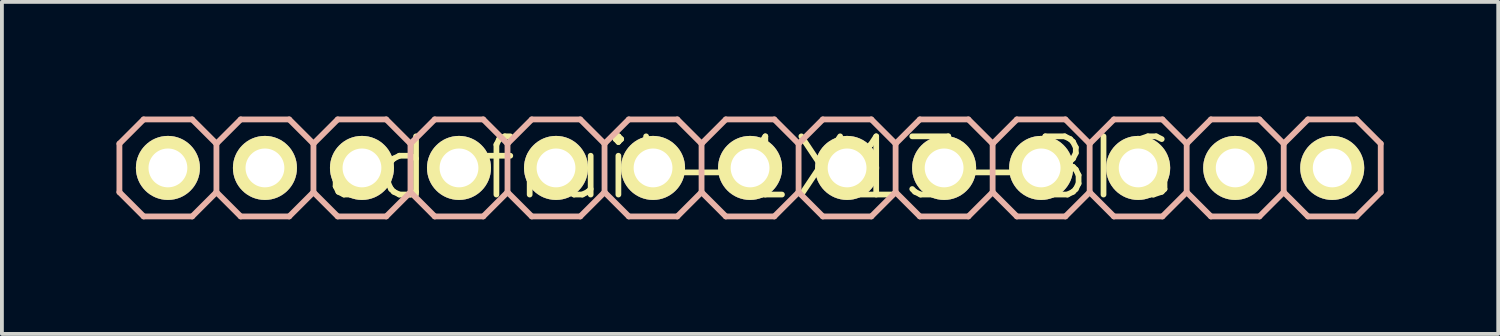
<source format=kicad_pcb>
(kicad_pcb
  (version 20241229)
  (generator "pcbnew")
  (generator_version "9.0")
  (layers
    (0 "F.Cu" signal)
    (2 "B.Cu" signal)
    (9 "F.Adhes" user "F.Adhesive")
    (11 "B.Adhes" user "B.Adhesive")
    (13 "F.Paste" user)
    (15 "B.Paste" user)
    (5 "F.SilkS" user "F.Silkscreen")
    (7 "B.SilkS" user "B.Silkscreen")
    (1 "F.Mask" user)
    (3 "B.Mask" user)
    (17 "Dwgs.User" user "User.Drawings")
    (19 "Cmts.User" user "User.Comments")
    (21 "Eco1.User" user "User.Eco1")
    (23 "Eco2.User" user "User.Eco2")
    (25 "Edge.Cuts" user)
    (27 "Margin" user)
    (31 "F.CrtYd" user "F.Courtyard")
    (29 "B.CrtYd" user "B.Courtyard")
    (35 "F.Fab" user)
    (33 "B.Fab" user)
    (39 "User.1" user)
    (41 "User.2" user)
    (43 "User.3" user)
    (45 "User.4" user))
  (footprint "adafruit-1X13-BIG"
    (layer "F.Cu")
    (at 16.586 1.346)
    (property "Reference" "adafruit-1X13-BIG" (at 0 0 0) (layer "F.SilkS") (effects (font (size 1.524 1.524) (thickness 0.15))))
    (attr exclude_from_pos_files exclude_from_bom)
    (fp_line (start -15.494 -0.254) (end -14.986 -0.254) (stroke (width 0.066) (type solid)) (layer "F.SilkS"))
    (fp_line (start -15.494 0.254) (end -15.494 -0.254) (stroke (width 0.066) (type solid)) (layer "F.SilkS"))
    (fp_line (start -15.494 0.254) (end -14.986 0.254) (stroke (width 0.066) (type solid)) (layer "F.SilkS"))
    (fp_line (start -14.986 0.254) (end -14.986 -0.254) (stroke (width 0.066) (type solid)) (layer "F.SilkS"))
    (fp_line (start -12.954 -0.254) (end -12.446 -0.254) (stroke (width 0.066) (type solid)) (layer "F.SilkS"))
    (fp_line (start -12.954 0.254) (end -12.954 -0.254) (stroke (width 0.066) (type solid)) (layer "F.SilkS"))
    (fp_line (start -12.954 0.254) (end -12.446 0.254) (stroke (width 0.066) (type solid)) (layer "F.SilkS"))
    (fp_line (start -12.446 0.254) (end -12.446 -0.254) (stroke (width 0.066) (type solid)) (layer "F.SilkS"))
    (fp_line (start -10.414 -0.254) (end -9.906 -0.254) (stroke (width 0.066) (type solid)) (layer "F.SilkS"))
    (fp_line (start -10.414 0.254) (end -10.414 -0.254) (stroke (width 0.066) (type solid)) (layer "F.SilkS"))
    (fp_line (start -10.414 0.254) (end -9.906 0.254) (stroke (width 0.066) (type solid)) (layer "F.SilkS"))
    (fp_line (start -9.906 0.254) (end -9.906 -0.254) (stroke (width 0.066) (type solid)) (layer "F.SilkS"))
    (fp_line (start -7.874 -0.254) (end -7.366 -0.254) (stroke (width 0.066) (type solid)) (layer "F.SilkS"))
    (fp_line (start -7.874 0.254) (end -7.874 -0.254) (stroke (width 0.066) (type solid)) (layer "F.SilkS"))
    (fp_line (start -7.874 0.254) (end -7.366 0.254) (stroke (width 0.066) (type solid)) (layer "F.SilkS"))
    (fp_line (start -7.366 0.254) (end -7.366 -0.254) (stroke (width 0.066) (type solid)) (layer "F.SilkS"))
    (fp_line (start -5.334 -0.254) (end -4.826 -0.254) (stroke (width 0.066) (type solid)) (layer "F.SilkS"))
    (fp_line (start -5.334 0.254) (end -5.334 -0.254) (stroke (width 0.066) (type solid)) (layer "F.SilkS"))
    (fp_line (start -5.334 0.254) (end -4.826 0.254) (stroke (width 0.066) (type solid)) (layer "F.SilkS"))
    (fp_line (start -4.826 0.254) (end -4.826 -0.254) (stroke (width 0.066) (type solid)) (layer "F.SilkS"))
    (fp_line (start -2.794 -0.254) (end -2.286 -0.254) (stroke (width 0.066) (type solid)) (layer "F.SilkS"))
    (fp_line (start -2.794 0.254) (end -2.794 -0.254) (stroke (width 0.066) (type solid)) (layer "F.SilkS"))
    (fp_line (start -2.794 0.254) (end -2.286 0.254) (stroke (width 0.066) (type solid)) (layer "F.SilkS"))
    (fp_line (start -2.286 0.254) (end -2.286 -0.254) (stroke (width 0.066) (type solid)) (layer "F.SilkS"))
    (fp_line (start -0.254 -0.254) (end 0.254 -0.254) (stroke (width 0.066) (type solid)) (layer "F.SilkS"))
    (fp_line (start -0.254 0.254) (end -0.254 -0.254) (stroke (width 0.066) (type solid)) (layer "F.SilkS"))
    (fp_line (start -0.254 0.254) (end 0.254 0.254) (stroke (width 0.066) (type solid)) (layer "F.SilkS"))
    (fp_line (start 0.254 0.254) (end 0.254 -0.254) (stroke (width 0.066) (type solid)) (layer "F.SilkS"))
    (fp_line (start 2.286 -0.254) (end 2.794 -0.254) (stroke (width 0.066) (type solid)) (layer "F.SilkS"))
    (fp_line (start 2.286 0.254) (end 2.286 -0.254) (stroke (width 0.066) (type solid)) (layer "F.SilkS"))
    (fp_line (start 2.286 0.254) (end 2.794 0.254) (stroke (width 0.066) (type solid)) (layer "F.SilkS"))
    (fp_line (start 2.794 0.254) (end 2.794 -0.254) (stroke (width 0.066) (type solid)) (layer "F.SilkS"))
    (fp_line (start 4.826 -0.254) (end 5.334 -0.254) (stroke (width 0.066) (type solid)) (layer "F.SilkS"))
    (fp_line (start 4.826 0.254) (end 4.826 -0.254) (stroke (width 0.066) (type solid)) (layer "F.SilkS"))
    (fp_line (start 4.826 0.254) (end 5.334 0.254) (stroke (width 0.066) (type solid)) (layer "F.SilkS"))
    (fp_line (start 5.334 0.254) (end 5.334 -0.254) (stroke (width 0.066) (type solid)) (layer "F.SilkS"))
    (fp_line (start 7.366 -0.254) (end 7.874 -0.254) (stroke (width 0.066) (type solid)) (layer "F.SilkS"))
    (fp_line (start 7.366 0.254) (end 7.366 -0.254) (stroke (width 0.066) (type solid)) (layer "F.SilkS"))
    (fp_line (start 7.366 0.254) (end 7.874 0.254) (stroke (width 0.066) (type solid)) (layer "F.SilkS"))
    (fp_line (start 7.874 0.254) (end 7.874 -0.254) (stroke (width 0.066) (type solid)) (layer "F.SilkS"))
    (fp_line (start 9.906 -0.254) (end 10.414 -0.254) (stroke (width 0.066) (type solid)) (layer "F.SilkS"))
    (fp_line (start 9.906 0.254) (end 9.906 -0.254) (stroke (width 0.066) (type solid)) (layer "F.SilkS"))
    (fp_line (start 9.906 0.254) (end 10.414 0.254) (stroke (width 0.066) (type solid)) (layer "F.SilkS"))
    (fp_line (start 10.414 0.254) (end 10.414 -0.254) (stroke (width 0.066) (type solid)) (layer "F.SilkS"))
    (fp_line (start 12.446 -0.254) (end 12.954 -0.254) (stroke (width 0.066) (type solid)) (layer "F.SilkS"))
    (fp_line (start 12.446 0.254) (end 12.446 -0.254) (stroke (width 0.066) (type solid)) (layer "F.SilkS"))
    (fp_line (start 12.446 0.254) (end 12.954 0.254) (stroke (width 0.066) (type solid)) (layer "F.SilkS"))
    (fp_line (start 12.954 0.254) (end 12.954 -0.254) (stroke (width 0.066) (type solid)) (layer "F.SilkS"))
    (fp_line (start 14.986 -0.254) (end 15.494 -0.254) (stroke (width 0.066) (type solid)) (layer "F.SilkS"))
    (fp_line (start 14.986 0.254) (end 14.986 -0.254) (stroke (width 0.066) (type solid)) (layer "F.SilkS"))
    (fp_line (start 14.986 0.254) (end 15.494 0.254) (stroke (width 0.066) (type solid)) (layer "F.SilkS"))
    (fp_line (start 15.494 0.254) (end 15.494 -0.254) (stroke (width 0.066) (type solid)) (layer "F.SilkS"))
    (fp_line (start -16.51 -0.635) (end -16.51 0.635) (stroke (width 0.152) (type solid)) (layer "B.SilkS"))
    (fp_line (start -16.51 0.635) (end -15.875 1.27) (stroke (width 0.152) (type solid)) (layer "B.SilkS"))
    (fp_line (start -15.875 -1.27) (end -16.51 -0.635) (stroke (width 0.152) (type solid)) (layer "B.SilkS"))
    (fp_line (start -15.875 -1.27) (end -14.605 -1.27) (stroke (width 0.152) (type solid)) (layer "B.SilkS"))
    (fp_line (start -14.605 -1.27) (end -13.97 -0.635) (stroke (width 0.152) (type solid)) (layer "B.SilkS"))
    (fp_line (start -14.605 1.27) (end -15.875 1.27) (stroke (width 0.152) (type solid)) (layer "B.SilkS"))
    (fp_line (start -13.97 -0.635) (end -13.97 0.635) (stroke (width 0.152) (type solid)) (layer "B.SilkS"))
    (fp_line (start -13.97 -0.635) (end -13.335 -1.27) (stroke (width 0.152) (type solid)) (layer "B.SilkS"))
    (fp_line (start -13.97 0.635) (end -14.605 1.27) (stroke (width 0.152) (type solid)) (layer "B.SilkS"))
    (fp_line (start -13.335 -1.27) (end -12.065 -1.27) (stroke (width 0.152) (type solid)) (layer "B.SilkS"))
    (fp_line (start -13.335 1.27) (end -13.97 0.635) (stroke (width 0.152) (type solid)) (layer "B.SilkS"))
    (fp_line (start -12.065 -1.27) (end -11.43 -0.635) (stroke (width 0.152) (type solid)) (layer "B.SilkS"))
    (fp_line (start -12.065 1.27) (end -13.335 1.27) (stroke (width 0.152) (type solid)) (layer "B.SilkS"))
    (fp_line (start -11.43 -0.635) (end -11.43 0.635) (stroke (width 0.152) (type solid)) (layer "B.SilkS"))
    (fp_line (start -11.43 -0.635) (end -10.795 -1.27) (stroke (width 0.152) (type solid)) (layer "B.SilkS"))
    (fp_line (start -11.43 0.635) (end -12.065 1.27) (stroke (width 0.152) (type solid)) (layer "B.SilkS"))
    (fp_line (start -10.795 -1.27) (end -9.525 -1.27) (stroke (width 0.152) (type solid)) (layer "B.SilkS"))
    (fp_line (start -10.795 1.27) (end -11.43 0.635) (stroke (width 0.152) (type solid)) (layer "B.SilkS"))
    (fp_line (start -9.525 -1.27) (end -8.89 -0.635) (stroke (width 0.152) (type solid)) (layer "B.SilkS"))
    (fp_line (start -9.525 1.27) (end -10.795 1.27) (stroke (width 0.152) (type solid)) (layer "B.SilkS"))
    (fp_line (start -8.89 -0.635) (end -8.89 0.635) (stroke (width 0.152) (type solid)) (layer "B.SilkS"))
    (fp_line (start -8.89 0.635) (end -9.525 1.27) (stroke (width 0.152) (type solid)) (layer "B.SilkS"))
    (fp_line (start -8.89 0.635) (end -8.255 1.27) (stroke (width 0.152) (type solid)) (layer "B.SilkS"))
    (fp_line (start -8.255 -1.27) (end -8.89 -0.635) (stroke (width 0.152) (type solid)) (layer "B.SilkS"))
    (fp_line (start -8.255 -1.27) (end -6.985 -1.27) (stroke (width 0.152) (type solid)) (layer "B.SilkS"))
    (fp_line (start -6.985 -1.27) (end -6.35 -0.635) (stroke (width 0.152) (type solid)) (layer "B.SilkS"))
    (fp_line (start -6.985 1.27) (end -8.255 1.27) (stroke (width 0.152) (type solid)) (layer "B.SilkS"))
    (fp_line (start -6.35 -0.635) (end -6.35 0.635) (stroke (width 0.152) (type solid)) (layer "B.SilkS"))
    (fp_line (start -6.35 -0.635) (end -5.715 -1.27) (stroke (width 0.152) (type solid)) (layer "B.SilkS"))
    (fp_line (start -6.35 0.635) (end -6.985 1.27) (stroke (width 0.152) (type solid)) (layer "B.SilkS"))
    (fp_line (start -5.715 -1.27) (end -4.445 -1.27) (stroke (width 0.152) (type solid)) (layer "B.SilkS"))
    (fp_line (start -5.715 1.27) (end -6.35 0.635) (stroke (width 0.152) (type solid)) (layer "B.SilkS"))
    (fp_line (start -4.445 -1.27) (end -3.81 -0.635) (stroke (width 0.152) (type solid)) (layer "B.SilkS"))
    (fp_line (start -4.445 1.27) (end -5.715 1.27) (stroke (width 0.152) (type solid)) (layer "B.SilkS"))
    (fp_line (start -3.81 -0.635) (end -3.81 0.635) (stroke (width 0.152) (type solid)) (layer "B.SilkS"))
    (fp_line (start -3.81 -0.635) (end -3.175 -1.27) (stroke (width 0.152) (type solid)) (layer "B.SilkS"))
    (fp_line (start -3.81 0.635) (end -4.445 1.27) (stroke (width 0.152) (type solid)) (layer "B.SilkS"))
    (fp_line (start -3.175 -1.27) (end -1.905 -1.27) (stroke (width 0.152) (type solid)) (layer "B.SilkS"))
    (fp_line (start -3.175 1.27) (end -3.81 0.635) (stroke (width 0.152) (type solid)) (layer "B.SilkS"))
    (fp_line (start -1.905 -1.27) (end -1.27 -0.635) (stroke (width 0.152) (type solid)) (layer "B.SilkS"))
    (fp_line (start -1.905 1.27) (end -3.175 1.27) (stroke (width 0.152) (type solid)) (layer "B.SilkS"))
    (fp_line (start -1.27 -0.635) (end -1.27 0.635) (stroke (width 0.152) (type solid)) (layer "B.SilkS"))
    (fp_line (start -1.27 0.635) (end -1.905 1.27) (stroke (width 0.152) (type solid)) (layer "B.SilkS"))
    (fp_line (start -1.27 0.635) (end -0.635 1.27) (stroke (width 0.152) (type solid)) (layer "B.SilkS"))
    (fp_line (start -0.635 -1.27) (end -1.27 -0.635) (stroke (width 0.152) (type solid)) (layer "B.SilkS"))
    (fp_line (start -0.635 -1.27) (end 0.635 -1.27) (stroke (width 0.152) (type solid)) (layer "B.SilkS"))
    (fp_line (start 0.635 -1.27) (end 1.27 -0.635) (stroke (width 0.152) (type solid)) (layer "B.SilkS"))
    (fp_line (start 0.635 1.27) (end -0.635 1.27) (stroke (width 0.152) (type solid)) (layer "B.SilkS"))
    (fp_line (start 1.27 -0.635) (end 1.27 0.635) (stroke (width 0.152) (type solid)) (layer "B.SilkS"))
    (fp_line (start 1.27 -0.635) (end 1.905 -1.27) (stroke (width 0.152) (type solid)) (layer "B.SilkS"))
    (fp_line (start 1.27 0.635) (end 0.635 1.27) (stroke (width 0.152) (type solid)) (layer "B.SilkS"))
    (fp_line (start 1.905 -1.27) (end 3.175 -1.27) (stroke (width 0.152) (type solid)) (layer "B.SilkS"))
    (fp_line (start 1.905 1.27) (end 1.27 0.635) (stroke (width 0.152) (type solid)) (layer "B.SilkS"))
    (fp_line (start 3.175 -1.27) (end 3.81 -0.635) (stroke (width 0.152) (type solid)) (layer "B.SilkS"))
    (fp_line (start 3.175 1.27) (end 1.905 1.27) (stroke (width 0.152) (type solid)) (layer "B.SilkS"))
    (fp_line (start 3.81 -0.635) (end 3.81 0.635) (stroke (width 0.152) (type solid)) (layer "B.SilkS"))
    (fp_line (start 3.81 -0.635) (end 4.445 -1.27) (stroke (width 0.152) (type solid)) (layer "B.SilkS"))
    (fp_line (start 3.81 0.635) (end 3.175 1.27) (stroke (width 0.152) (type solid)) (layer "B.SilkS"))
    (fp_line (start 4.445 -1.27) (end 5.715 -1.27) (stroke (width 0.152) (type solid)) (layer "B.SilkS"))
    (fp_line (start 4.445 1.27) (end 3.81 0.635) (stroke (width 0.152) (type solid)) (layer "B.SilkS"))
    (fp_line (start 5.715 -1.27) (end 6.35 -0.635) (stroke (width 0.152) (type solid)) (layer "B.SilkS"))
    (fp_line (start 5.715 1.27) (end 4.445 1.27) (stroke (width 0.152) (type solid)) (layer "B.SilkS"))
    (fp_line (start 6.35 -0.635) (end 6.35 0.635) (stroke (width 0.152) (type solid)) (layer "B.SilkS"))
    (fp_line (start 6.35 0.635) (end 5.715 1.27) (stroke (width 0.152) (type solid)) (layer "B.SilkS"))
    (fp_line (start 6.35 0.635) (end 6.985 1.27) (stroke (width 0.152) (type solid)) (layer "B.SilkS"))
    (fp_line (start 6.985 -1.27) (end 6.35 -0.635) (stroke (width 0.152) (type solid)) (layer "B.SilkS"))
    (fp_line (start 6.985 -1.27) (end 8.255 -1.27) (stroke (width 0.152) (type solid)) (layer "B.SilkS"))
    (fp_line (start 8.255 -1.27) (end 8.89 -0.635) (stroke (width 0.152) (type solid)) (layer "B.SilkS"))
    (fp_line (start 8.255 1.27) (end 6.985 1.27) (stroke (width 0.152) (type solid)) (layer "B.SilkS"))
    (fp_line (start 8.89 -0.635) (end 8.89 0.635) (stroke (width 0.152) (type solid)) (layer "B.SilkS"))
    (fp_line (start 8.89 -0.635) (end 9.525 -1.27) (stroke (width 0.152) (type solid)) (layer "B.SilkS"))
    (fp_line (start 8.89 0.635) (end 8.255 1.27) (stroke (width 0.152) (type solid)) (layer "B.SilkS"))
    (fp_line (start 9.525 -1.27) (end 10.795 -1.27) (stroke (width 0.152) (type solid)) (layer "B.SilkS"))
    (fp_line (start 9.525 1.27) (end 8.89 0.635) (stroke (width 0.152) (type solid)) (layer "B.SilkS"))
    (fp_line (start 10.795 -1.27) (end 11.43 -0.635) (stroke (width 0.152) (type solid)) (layer "B.SilkS"))
    (fp_line (start 10.795 1.27) (end 9.525 1.27) (stroke (width 0.152) (type solid)) (layer "B.SilkS"))
    (fp_line (start 11.43 -0.635) (end 11.43 0.635) (stroke (width 0.152) (type solid)) (layer "B.SilkS"))
    (fp_line (start 11.43 -0.635) (end 12.065 -1.27) (stroke (width 0.152) (type solid)) (layer "B.SilkS"))
    (fp_line (start 11.43 0.635) (end 10.795 1.27) (stroke (width 0.152) (type solid)) (layer "B.SilkS"))
    (fp_line (start 12.065 -1.27) (end 13.335 -1.27) (stroke (width 0.152) (type solid)) (layer "B.SilkS"))
    (fp_line (start 12.065 1.27) (end 11.43 0.635) (stroke (width 0.152) (type solid)) (layer "B.SilkS"))
    (fp_line (start 13.335 -1.27) (end 13.97 -0.635) (stroke (width 0.152) (type solid)) (layer "B.SilkS"))
    (fp_line (start 13.335 1.27) (end 12.065 1.27) (stroke (width 0.152) (type solid)) (layer "B.SilkS"))
    (fp_line (start 13.97 -0.635) (end 13.97 0.635) (stroke (width 0.152) (type solid)) (layer "B.SilkS"))
    (fp_line (start 13.97 -0.635) (end 14.605 -1.27) (stroke (width 0.152) (type solid)) (layer "B.SilkS"))
    (fp_line (start 13.97 0.635) (end 13.335 1.27) (stroke (width 0.152) (type solid)) (layer "B.SilkS"))
    (fp_line (start 14.605 -1.27) (end 15.875 -1.27) (stroke (width 0.152) (type solid)) (layer "B.SilkS"))
    (fp_line (start 14.605 1.27) (end 13.97 0.635) (stroke (width 0.152) (type solid)) (layer "B.SilkS"))
    (fp_line (start 15.875 -1.27) (end 16.51 -0.635) (stroke (width 0.152) (type solid)) (layer "B.SilkS"))
    (fp_line (start 15.875 1.27) (end 14.605 1.27) (stroke (width 0.152) (type solid)) (layer "B.SilkS"))
    (fp_line (start 16.51 -0.635) (end 16.51 0.635) (stroke (width 0.152) (type solid)) (layer "B.SilkS"))
    (fp_line (start 16.51 0.635) (end 15.875 1.27) (stroke (width 0.152) (type solid)) (layer "B.SilkS"))
    (pad "1" thru_hole circle (at -15.24 0) (size 1.676 1.676) (drill 1.016) (layers "*.Cu" "F.Mask" "F.SilkS" "F.Paste"))
    (pad "2" thru_hole circle (at -12.7 0) (size 1.676 1.676) (drill 1.016) (layers "*.Cu" "F.Mask" "F.SilkS" "F.Paste"))
    (pad "3" thru_hole circle (at -10.16 0) (size 1.676 1.676) (drill 1.016) (layers "*.Cu" "F.Mask" "F.SilkS" "F.Paste"))
    (pad "4" thru_hole circle (at -7.62 0) (size 1.676 1.676) (drill 1.016) (layers "*.Cu" "F.Mask" "F.SilkS" "F.Paste"))
    (pad "5" thru_hole circle (at -5.08 0) (size 1.676 1.676) (drill 1.016) (layers "*.Cu" "F.Mask" "F.SilkS" "F.Paste"))
    (pad "6" thru_hole circle (at -2.54 0) (size 1.676 1.676) (drill 1.016) (layers "*.Cu" "F.Mask" "F.SilkS" "F.Paste"))
    (pad "7" thru_hole circle (at 0 0) (size 1.676 1.676) (drill 1.016) (layers "*.Cu" "F.Mask" "F.SilkS" "F.Paste"))
    (pad "8" thru_hole circle (at 2.54 0) (size 1.676 1.676) (drill 1.016) (layers "*.Cu" "F.Mask" "F.SilkS" "F.Paste"))
    (pad "9" thru_hole circle (at 5.08 0) (size 1.676 1.676) (drill 1.016) (layers "*.Cu" "F.Mask" "F.SilkS" "F.Paste"))
    (pad "10" thru_hole circle (at 7.62 0) (size 1.676 1.676) (drill 1.016) (layers "*.Cu" "F.Mask" "F.SilkS" "F.Paste"))
    (pad "11" thru_hole circle (at 10.16 0) (size 1.676 1.676) (drill 1.016) (layers "*.Cu" "F.Mask" "F.SilkS" "F.Paste"))
    (pad "12" thru_hole circle (at 12.7 0) (size 1.676 1.676) (drill 1.016) (layers "*.Cu" "F.Mask" "F.SilkS" "F.Paste"))
    (pad "13" thru_hole circle (at 15.24 0) (size 1.676 1.676) (drill 1.016) (layers "*.Cu" "F.Mask" "F.SilkS" "F.Paste")))
  (gr_rect
    (start -3 -3)
    (end 36.172 5.692)
    (stroke (width 0.1) (type default))
    (fill no)
    (layer "Edge.Cuts")))
</source>
